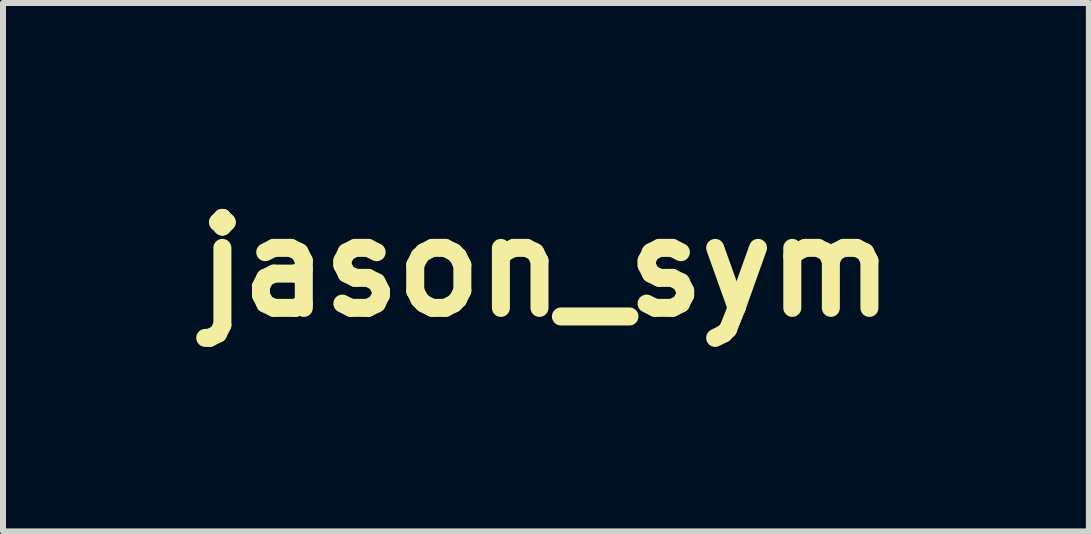
<source format=kicad_pcb>
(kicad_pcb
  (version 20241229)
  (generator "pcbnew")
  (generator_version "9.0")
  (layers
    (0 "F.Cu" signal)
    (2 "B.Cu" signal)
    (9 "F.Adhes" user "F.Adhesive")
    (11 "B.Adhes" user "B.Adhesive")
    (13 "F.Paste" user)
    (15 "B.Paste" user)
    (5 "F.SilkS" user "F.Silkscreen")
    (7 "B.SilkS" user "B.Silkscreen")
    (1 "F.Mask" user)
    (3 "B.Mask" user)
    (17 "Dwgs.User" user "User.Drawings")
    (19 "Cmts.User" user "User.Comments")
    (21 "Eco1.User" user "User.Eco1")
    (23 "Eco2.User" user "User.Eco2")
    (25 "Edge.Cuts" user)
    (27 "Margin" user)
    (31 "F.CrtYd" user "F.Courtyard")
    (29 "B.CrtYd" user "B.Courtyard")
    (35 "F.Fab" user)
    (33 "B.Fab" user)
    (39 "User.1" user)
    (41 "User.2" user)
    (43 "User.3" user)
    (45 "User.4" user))
  (footprint "jason_sym"
    (layer "F.Cu")
    (at 6.05 1.404)
    (property "Reference" "jason_sym" (at 0 0 0) (layer "F.SilkS") (effects (font (size 1.5 1.5) (thickness 0.3))))
    (attr board_only exclude_from_pos_files exclude_from_bom)
    (fp_poly (pts (xy 3.367 -1.342) (xy 3.427 -1.301) (xy 3.445 -1.227) (xy 3.436 -1.158) (xy 3.408 -1.085) (xy 3.351 -0.979) (xy 3.27 -0.85) (xy 3.171 -0.709) (xy 3.063 -0.563) (xy 2.95 -0.424) (xy 2.919 -0.388) (xy 2.843 -0.301) (xy 2.785 -0.23) (xy 2.75 -0.187) (xy 2.744 -0.177) (xy 2.772 -0.178) (xy 2.839 -0.186) (xy 2.916 -0.197) (xy 3.039 -0.23) (xy 3.13 -0.282) (xy 3.182 -0.347) (xy 3.187 -0.414) (xy 3.198 -0.46) (xy 3.257 -0.512) (xy 3.28 -0.527) (xy 3.339 -0.571) (xy 3.425 -0.646) (xy 3.526 -0.742) (xy 3.631 -0.848) (xy 3.644 -0.862) (xy 3.751 -0.971) (xy 3.843 -1.056) (xy 3.913 -1.112) (xy 3.954 -1.133) (xy 3.955 -1.133) (xy 3.994 -1.128) (xy 4.001 -1.107) (xy 3.971 -1.067) (xy 3.903 -1.001) (xy 3.855 -0.959) (xy 3.776 -0.886) (xy 3.712 -0.82) (xy 3.676 -0.775) (xy 3.676 -0.774) (xy 3.665 -0.747) (xy 3.679 -0.741) (xy 3.724 -0.756) (xy 3.807 -0.791) (xy 3.897 -0.836) (xy 4.015 -0.903) (xy 4.141 -0.981) (xy 4.284 -0.981) (xy 4.298 -0.967) (xy 4.312 -0.981) (xy 4.298 -0.995) (xy 4.284 -0.981) (xy 4.141 -0.981) (xy 4.143 -0.982) (xy 4.233 -1.042) (xy 4.363 -1.126) (xy 4.462 -1.182) (xy 4.526 -1.207) (xy 4.544 -1.207) (xy 4.582 -1.183) (xy 4.575 -1.154) (xy 4.522 -1.114) (xy 4.463 -1.081) (xy 4.394 -1.042) (xy 4.353 -1.014) (xy 4.347 -1.005) (xy 4.381 -1.004) (xy 4.444 -1.02) (xy 4.515 -1.046) (xy 4.573 -1.075) (xy 4.596 -1.095) (xy 4.636 -1.128) (xy 4.681 -1.129) (xy 4.703 -1.105) (xy 4.734 -1.091) (xy 4.813 -1.097) (xy 4.861 -1.105) (xy 4.976 -1.122) (xy 5.093 -1.132) (xy 5.137 -1.133) (xy 5.215 -1.138) (xy 5.275 -1.16) (xy 5.338 -1.208) (xy 5.381 -1.249) (xy 5.454 -1.313) (xy 5.503 -1.341) (xy 5.523 -1.334) (xy 5.509 -1.293) (xy 5.477 -1.245) (xy 5.438 -1.189) (xy 5.418 -1.155) (xy 5.417 -1.152) (xy 5.443 -1.145) (xy 5.51 -1.136) (xy 5.607 -1.127) (xy 5.637 -1.124) (xy 5.748 -1.111) (xy 5.857 -1.091) (xy 5.951 -1.066) (xy 6.02 -1.041) (xy 6.051 -1.018) (xy 6.049 -1.009) (xy 6.018 -1.008) (xy 5.943 -1.013) (xy 5.836 -1.024) (xy 5.706 -1.04) (xy 5.694 -1.042) (xy 5.351 -1.088) (xy 5.215 -0.938) (xy 5.08 -0.78) (xy 4.946 -0.61) (xy 4.825 -0.441) (xy 4.728 -0.291) (xy 4.704 -0.249) (xy 4.619 -0.064) (xy 4.544 0.151) (xy 4.488 0.373) (xy 4.458 0.576) (xy 4.457 0.587) (xy 4.444 0.71) (xy 4.424 0.781) (xy 4.396 0.803) (xy 4.357 0.779) (xy 4.339 0.76) (xy 4.319 0.705) (xy 4.307 0.605) (xy 4.302 0.471) (xy 4.304 0.311) (xy 4.306 0.29) (xy 4.392 0.29) (xy 4.458 0.097) (xy 4.503 -0.025) (xy 4.554 -0.148) (xy 4.595 -0.235) (xy 4.675 -0.373) (xy 4.78 -0.533) (xy 4.9 -0.697) (xy 5.02 -0.847) (xy 5.068 -0.902) (xy 5.132 -0.975) (xy 5.178 -1.03) (xy 5.196 -1.056) (xy 5.196 -1.056) (xy 5.179 -1.062) (xy 5.124 -1.059) (xy 5.027 -1.048) (xy 4.882 -1.027) (xy 4.832 -1.019) (xy 4.734 -1.003) (xy 4.675 -0.984) (xy 4.64 -0.955) (xy 4.614 -0.906) (xy 4.602 -0.876) (xy 4.563 -0.759) (xy 4.521 -0.604) (xy 4.482 -0.427) (xy 4.447 -0.245) (xy 4.421 -0.075) (xy 4.406 0.066) (xy 4.392 0.29) (xy 4.306 0.29) (xy 4.313 0.137) (xy 4.328 -0.042) (xy 4.347 -0.217) (xy 4.372 -0.376) (xy 4.401 -0.511) (xy 4.411 -0.546) (xy 4.416 -0.565) (xy 4.416 -0.573) (xy 4.406 -0.566) (xy 4.385 -0.537) (xy 4.347 -0.483) (xy 4.29 -0.397) (xy 4.21 -0.277) (xy 4.103 -0.115) (xy 4.085 -0.088) (xy 3.953 0.109) (xy 3.848 0.262) (xy 3.765 0.374) (xy 3.704 0.448) (xy 3.661 0.486) (xy 3.635 0.492) (xy 3.631 0.489) (xy 3.625 0.451) (xy 3.635 0.429) (xy 3.745 0.269) (xy 3.865 0.091) (xy 3.989 -0.098) (xy 4.111 -0.288) (xy 4.227 -0.469) (xy 4.329 -0.633) (xy 4.413 -0.771) (xy 4.471 -0.873) (xy 4.477 -0.883) (xy 4.497 -0.928) (xy 4.482 -0.94) (xy 4.432 -0.932) (xy 4.214 -0.866) (xy 4.021 -0.759) (xy 3.865 -0.628) (xy 3.771 -0.532) (xy 3.68 -0.434) (xy 3.608 -0.351) (xy 3.596 -0.336) (xy 3.502 -0.217) (xy 3.61 -0.235) (xy 3.698 -0.249) (xy 3.772 -0.263) (xy 3.78 -0.265) (xy 3.827 -0.265) (xy 3.842 -0.25) (xy 3.817 -0.229) (xy 3.754 -0.201) (xy 3.683 -0.179) (xy 3.586 -0.151) (xy 3.505 -0.126) (xy 3.468 -0.113) (xy 3.422 -0.076) (xy 3.373 -0.007) (xy 3.324 0.081) (xy 3.282 0.178) (xy 3.251 0.271) (xy 3.234 0.349) (xy 3.238 0.4) (xy 3.258 0.415) (xy 3.297 0.406) (xy 3.366 0.384) (xy 3.4 0.373) (xy 3.495 0.342) (xy 3.544 0.335) (xy 3.551 0.351) (xy 3.524 0.387) (xy 3.463 0.433) (xy 3.382 0.47) (xy 3.372 0.473) (xy 3.266 0.487) (xy 3.194 0.46) (xy 3.156 0.394) (xy 3.154 0.294) (xy 3.188 0.163) (xy 3.221 0.086) (xy 3.256 0.006) (xy 3.279 -0.051) (xy 3.283 -0.07) (xy 3.256 -0.064) (xy 3.194 -0.04) (xy 3.136 -0.015) (xy 3.072 0.016) (xy 3.025 0.049) (xy 2.984 0.095) (xy 2.94 0.166) (xy 2.885 0.273) (xy 2.868 0.307) (xy 2.811 0.43) (xy 2.763 0.547) (xy 2.73 0.644) (xy 2.72 0.684) (xy 2.7 0.766) (xy 2.674 0.8) (xy 2.647 0.784) (xy 2.636 0.76) (xy 2.634 0.701) (xy 2.656 0.604) (xy 2.696 0.482) (xy 2.752 0.346) (xy 2.818 0.207) (xy 2.87 0.111) (xy 2.927 0.01) (xy 2.971 -0.07) (xy 2.995 -0.116) (xy 3.123 -0.116) (xy 3.252 -0.155) (xy 3.328 -0.179) (xy 3.376 -0.196) (xy 3.385 -0.2) (xy 3.414 -0.245) (xy 3.469 -0.317) (xy 3.538 -0.404) (xy 3.611 -0.491) (xy 3.675 -0.563) (xy 3.8 -0.698) (xy 3.631 -0.613) (xy 3.458 -0.499) (xy 3.29 -0.334) (xy 3.176 -0.189) (xy 3.123 -0.116) (xy 2.995 -0.116) (xy 2.997 -0.12) (xy 3.001 -0.131) (xy 2.973 -0.13) (xy 2.906 -0.121) (xy 2.818 -0.108) (xy 2.742 -0.095) (xy 2.684 -0.079) (xy 2.633 -0.052) (xy 2.578 -0.007) (xy 2.508 0.063) (xy 2.411 0.166) (xy 2.288 0.294) (xy 2.177 0.403) (xy 2.084 0.487) (xy 2.014 0.541) (xy 1.972 0.562) (xy 1.962 0.554) (xy 1.981 0.523) (xy 2.031 0.462) (xy 2.106 0.378) (xy 2.198 0.281) (xy 2.217 0.261) (xy 2.314 0.16) (xy 2.397 0.072) (xy 2.459 0.003) (xy 2.491 -0.036) (xy 2.493 -0.039) (xy 2.493 -0.066) (xy 2.453 -0.089) (xy 2.379 -0.11) (xy 2.289 -0.141) (xy 2.215 -0.182) (xy 2.169 -0.225) (xy 2.161 -0.262) (xy 2.166 -0.268) (xy 2.2 -0.269) (xy 2.257 -0.245) (xy 2.26 -0.243) (xy 2.335 -0.211) (xy 2.432 -0.185) (xy 2.466 -0.179) (xy 2.597 -0.16) (xy 2.742 -0.319) (xy 2.916 -0.518) (xy 3.07 -0.714) (xy 3.198 -0.899) (xy 3.294 -1.063) (xy 3.354 -1.201) (xy 3.356 -1.209) (xy 3.363 -1.255) (xy 3.332 -1.27) (xy 3.305 -1.271) (xy 3.252 -1.263) (xy 3.234 -1.246) (xy 3.216 -1.216) (xy 3.167 -1.157) (xy 3.095 -1.075) (xy 3.013 -0.987) (xy 2.867 -0.841) (xy 2.732 -0.721) (xy 2.612 -0.631) (xy 2.514 -0.575) (xy 2.444 -0.559) (xy 2.434 -0.56) (xy 2.382 -0.562) (xy 2.362 -0.55) (xy 2.326 -0.527) (xy 2.285 -0.531) (xy 2.266 -0.558) (xy 2.283 -0.6) (xy 2.313 -0.64) (xy 2.445 -0.64) (xy 2.449 -0.637) (xy 2.487 -0.652) (xy 2.551 -0.69) (xy 2.587 -0.716) (xy 2.656 -0.773) (xy 2.747 -0.856) (xy 2.842 -0.949) (xy 2.874 -0.982) (xy 3.054 -1.169) (xy 2.888 -1.043) (xy 2.783 -0.961) (xy 2.68 -0.875) (xy 2.588 -0.793) (xy 2.512 -0.722) (xy 2.462 -0.668) (xy 2.445 -0.64) (xy 2.313 -0.64) (xy 2.325 -0.656) (xy 2.329 -0.66) (xy 2.334 -0.671) (xy 2.304 -0.648) (xy 2.244 -0.598) (xy 2.159 -0.523) (xy 2.15 -0.514) (xy 2 -0.373) (xy 1.833 -0.202) (xy 1.662 -0.016) (xy 1.501 0.168) (xy 1.363 0.337) (xy 1.346 0.359) (xy 1.281 0.452) (xy 1.222 0.549) (xy 1.175 0.637) (xy 1.147 0.705) (xy 1.144 0.739) (xy 1.145 0.739) (xy 1.178 0.744) (xy 1.247 0.722) (xy 1.352 0.672) (xy 1.496 0.595) (xy 1.68 0.489) (xy 1.907 0.353) (xy 2.039 0.271) (xy 2.11 0.233) (xy 2.142 0.227) (xy 2.133 0.254) (xy 2.112 0.281) (xy 2.057 0.33) (xy 1.966 0.398) (xy 1.85 0.478) (xy 1.721 0.562) (xy 1.592 0.642) (xy 1.473 0.71) (xy 1.396 0.75) (xy 1.269 0.804) (xy 1.178 0.826) (xy 1.115 0.818) (xy 1.083 0.796) (xy 1.057 0.745) (xy 1.061 0.675) (xy 1.099 0.581) (xy 1.173 0.459) (xy 1.284 0.306) (xy 1.388 0.174) (xy 1.789 -0.28) (xy 2.215 -0.685) (xy 2.667 -1.042) (xy 2.815 -1.144) (xy 2.944 -1.23) (xy 3.039 -1.289) (xy 3.11 -1.325) (xy 3.168 -1.345) (xy 3.223 -1.353) (xy 3.263 -1.354)) (stroke (width 0) (type solid)) (fill yes) (layer "F.Mask"))
    (fp_poly (pts (xy -0.97 -1.341) (xy -0.911 -1.299) (xy -0.894 -1.224) (xy -0.902 -1.163) (xy -0.907 -1.105) (xy -0.895 -1.078) (xy -0.893 -1.078) (xy -0.854 -1.062) (xy -0.814 -1.035) (xy -0.783 -1.007) (xy -0.791 -0.998) (xy -0.846 -1.004) (xy -0.857 -1.006) (xy -0.903 -1.011) (xy -0.94 -1.003) (xy -0.976 -0.975) (xy -1.022 -0.919) (xy -1.087 -0.826) (xy -1.099 -0.807) (xy -1.173 -0.701) (xy -1.245 -0.601) (xy -1.302 -0.524) (xy -1.317 -0.504) (xy -1.389 -0.415) (xy -1.252 -0.415) (xy -1.114 -0.415) (xy -1.109 -0.42) (xy -0.961 -0.42) (xy -0.96 -0.415) (xy -0.947 -0.426) (xy -0.816 -0.426) (xy -0.815 -0.419) (xy -0.78 -0.409) (xy -0.702 -0.399) (xy -0.592 -0.389) (xy -0.462 -0.38) (xy -0.325 -0.374) (xy -0.191 -0.37) (xy -0.073 -0.369) (xy -0.063 -0.369) (xy 0.054 -0.373) (xy 0.129 -0.382) (xy 0.174 -0.399) (xy 0.204 -0.427) (xy 0.205 -0.428) (xy 0.235 -0.476) (xy 0.283 -0.56) (xy 0.339 -0.665) (xy 0.374 -0.732) (xy 0.452 -0.905) (xy 0.497 -1.051) (xy 0.507 -1.164) (xy 0.483 -1.24) (xy 0.474 -1.25) (xy 0.404 -1.284) (xy 0.3 -1.283) (xy 0.171 -1.252) (xy 0.026 -1.192) (xy -0.128 -1.107) (xy -0.282 -0.999) (xy -0.324 -0.966) (xy -0.403 -0.896) (xy -0.492 -0.809) (xy -0.583 -0.714) (xy -0.668 -0.62) (xy -0.741 -0.535) (xy -0.793 -0.467) (xy -0.816 -0.426) (xy -0.947 -0.426) (xy -0.938 -0.434) (xy -0.891 -0.486) (xy -0.829 -0.558) (xy -0.827 -0.56) (xy -0.775 -0.625) (xy -0.748 -0.664) (xy -0.752 -0.669) (xy -0.755 -0.666) (xy -0.794 -0.629) (xy -0.845 -0.572) (xy -0.897 -0.51) (xy -0.939 -0.454) (xy -0.961 -0.42) (xy -1.109 -0.42) (xy -0.789 -0.76) (xy -0.677 -0.76) (xy -0.546 -0.883) (xy -0.479 -0.947) (xy -0.432 -0.995) (xy -0.415 -1.015) (xy -0.421 -1.021) (xy -0.444 -1.004) (xy -0.492 -0.957) (xy -0.554 -0.891) (xy -0.677 -0.76) (xy -0.789 -0.76) (xy -0.776 -0.774) (xy -0.648 -0.907) (xy -0.539 -1.013) (xy -0.455 -1.088) (xy -0.4 -1.128) (xy -0.385 -1.133) (xy -0.338 -1.121) (xy -0.341 -1.084) (xy -0.366 -1.052) (xy -0.365 -1.048) (xy -0.327 -1.073) (xy -0.263 -1.12) (xy -0.076 -1.244) (xy 0.097 -1.32) (xy 0.264 -1.352) (xy 0.312 -1.354) (xy 0.411 -1.35) (xy 0.476 -1.334) (xy 0.528 -1.298) (xy 0.544 -1.283) (xy 0.587 -1.232) (xy 0.604 -1.18) (xy 0.602 -1.103) (xy 0.599 -1.077) (xy 0.58 -0.974) (xy 0.549 -0.878) (xy 0.537 -0.851) (xy 0.522 -0.815) (xy 0.53 -0.809) (xy 0.564 -0.836) (xy 0.63 -0.9) (xy 0.674 -0.943) (xy 0.863 -1.118) (xy 1.03 -1.244) (xy 1.178 -1.321) (xy 1.284 -1.347) (xy 1.394 -1.343) (xy 1.475 -1.308) (xy 1.516 -1.245) (xy 1.52 -1.215) (xy 1.502 -1.133) (xy 1.452 -1.017) (xy 1.374 -0.874) (xy 1.273 -0.711) (xy 1.155 -0.535) (xy 1.025 -0.353) (xy 0.887 -0.173) (xy 0.746 0.000389) (xy 0.608 0.159) (xy 0.477 0.295) (xy 0.359 0.403) (xy 0.338 0.421) (xy 0.214 0.505) (xy 0.114 0.542) (xy 0.034 0.533) (xy -0.002 0.51) (xy -0.041 0.441) (xy -0.045 0.411) (xy 0.029 0.411) (xy 0.045 0.45) (xy 0.084 0.452) (xy 0.152 0.42) (xy 0.242 0.36) (xy 0.344 0.278) (xy 0.437 0.19) (xy 0.571 0.05) (xy 0.71 -0.108) (xy 0.849 -0.278) (xy 0.983 -0.453) (xy 1.108 -0.626) (xy 1.219 -0.791) (xy 1.311 -0.94) (xy 1.38 -1.068) (xy 1.422 -1.167) (xy 1.431 -1.229) (xy 1.415 -1.267) (xy 1.37 -1.282) (xy 1.321 -1.282) (xy 1.214 -1.257) (xy 1.082 -1.188) (xy 0.933 -1.08) (xy 0.829 -0.99) (xy 0.772 -0.936) (xy 0.752 -0.913) (xy 0.77 -0.921) (xy 0.827 -0.96) (xy 0.925 -1.033) (xy 1.011 -1.098) (xy 1.119 -1.174) (xy 1.208 -1.225) (xy 1.27 -1.247) (xy 1.298 -1.238) (xy 1.299 -1.231) (xy 1.278 -1.21) (xy 1.224 -1.169) (xy 1.168 -1.128) (xy 1.03 -1.022) (xy 0.873 -0.882) (xy 0.709 -0.72) (xy 0.55 -0.549) (xy 0.406 -0.38) (xy 0.291 -0.227) (xy 0.264 -0.187) (xy 0.215 -0.111) (xy 0.369 -0.179) (xy 0.468 -0.218) (xy 0.521 -0.23) (xy 0.531 -0.219) (xy 0.497 -0.188) (xy 0.42 -0.142) (xy 0.354 -0.108) (xy 0.251 -0.056) (xy 0.184 -0.012) (xy 0.139 0.038) (xy 0.101 0.106) (xy 0.093 0.124) (xy 0.053 0.231) (xy 0.031 0.331) (xy 0.029 0.411) (xy -0.045 0.411) (xy -0.055 0.342) (xy -0.043 0.231) (xy -0.027 0.178) (xy -0.01 0.12) (xy -0.011 0.09) (xy -0.035 0.103) (xy -0.09 0.149) (xy -0.17 0.219) (xy -0.268 0.308) (xy -0.299 0.338) (xy -0.474 0.498) (xy -0.625 0.623) (xy -0.748 0.711) (xy -0.843 0.763) (xy -0.907 0.775) (xy -0.937 0.748) (xy -0.94 0.727) (xy -0.918 0.678) (xy -0.859 0.606) (xy -0.739 0.606) (xy -0.736 0.608) (xy -0.71 0.589) (xy -0.705 0.58) (xy -0.698 0.555) (xy -0.702 0.553) (xy -0.727 0.572) (xy -0.732 0.58) (xy -0.739 0.606) (xy -0.859 0.606) (xy -0.858 0.605) (xy -0.804 0.552) (xy -0.66 0.552) (xy -0.659 0.553) (xy -0.633 0.535) (xy -0.587 0.49) (xy -0.58 0.484) (xy -0.541 0.438) (xy -0.528 0.415) (xy -0.529 0.415) (xy -0.556 0.433) (xy -0.602 0.477) (xy -0.608 0.484) (xy -0.647 0.529) (xy -0.66 0.552) (xy -0.804 0.552) (xy -0.769 0.517) (xy -0.657 0.421) (xy -0.596 0.373) (xy -0.47 0.373) (xy -0.456 0.387) (xy -0.442 0.373) (xy -0.456 0.359) (xy -0.47 0.373) (xy -0.596 0.373) (xy -0.531 0.323) (xy -0.403 0.234) (xy -0.182 0.066) (xy -0.075 -0.046) (xy 0.033 -0.046) (xy 0.033 -0.028) (xy 0.038 -0.028) (xy 0.061 -0.047) (xy 0.086 -0.076) (xy 0.11 -0.109) (xy 0.096 -0.102) (xy 0.076 -0.086) (xy 0.033 -0.046) (xy -0.075 -0.046) (xy -0.033 -0.09) (xy 0.039 -0.18) (xy 0.138 -0.18) (xy 0.152 -0.166) (xy 0.166 -0.18) (xy 0.152 -0.193) (xy 0.138 -0.18) (xy 0.039 -0.18) (xy 0.105 -0.263) (xy -0.203 -0.281) (xy -0.353 -0.29) (xy -0.507 -0.3) (xy -0.642 -0.31) (xy -0.705 -0.316) (xy -0.898 -0.333) (xy -1.043 -0.104) (xy -1.109 0.006) (xy -1.167 0.109) (xy -1.207 0.188) (xy -1.218 0.215) (xy -1.25 0.273) (xy -1.287 0.302) (xy -1.317 0.297) (xy -1.327 0.261) (xy -1.311 0.202) (xy -1.268 0.106) (xy -1.202 -0.016) (xy -1.118 -0.155) (xy -1.114 -0.162) (xy -1.067 -0.24) (xy -1.038 -0.299) (xy -1.032 -0.323) (xy -1.056 -0.311) (xy -1.102 -0.262) (xy -1.164 -0.185) (xy -1.233 -0.09) (xy -1.304 0.014) (xy -1.369 0.117) (xy -1.379 0.135) (xy -1.498 0.356) (xy -1.579 0.542) (xy -1.62 0.692) (xy -1.621 0.695) (xy -1.641 0.771) (xy -1.667 0.8) (xy -1.695 0.78) (xy -1.703 0.76) (xy -1.705 0.701) (xy -1.683 0.604) (xy -1.643 0.482) (xy -1.588 0.346) (xy -1.522 0.207) (xy -1.469 0.111) (xy -1.412 0.01) (xy -1.368 -0.07) (xy -1.343 -0.12) (xy -1.339 -0.131) (xy -1.366 -0.13) (xy -1.434 -0.121) (xy -1.522 -0.108) (xy -1.597 -0.095) (xy -1.655 -0.079) (xy -1.706 -0.052) (xy -1.761 -0.007) (xy -1.832 0.063) (xy -1.928 0.166) (xy -2.052 0.294) (xy -2.162 0.403) (xy -2.255 0.487) (xy -2.325 0.541) (xy -2.367 0.562) (xy -2.377 0.554) (xy -2.359 0.523) (xy -2.308 0.462) (xy -2.234 0.378) (xy -2.141 0.281) (xy -2.122 0.261) (xy -2.025 0.16) (xy -1.942 0.072) (xy -1.88 0.003) (xy -1.848 -0.036) (xy -1.846 -0.039) (xy -1.846 -0.066) (xy -1.887 -0.089) (xy -1.96 -0.11) (xy -2.05 -0.141) (xy -2.124 -0.182) (xy -2.17 -0.225) (xy -2.178 -0.262) (xy -2.173 -0.268) (xy -2.139 -0.269) (xy -2.082 -0.245) (xy -2.079 -0.243) (xy -2.004 -0.211) (xy -1.908 -0.185) (xy -1.873 -0.179) (xy -1.743 -0.16) (xy -1.739 -0.164) (xy -1.606 -0.164) (xy -1.542 -0.177) (xy -1.473 -0.19) (xy -1.384 -0.206) (xy -1.368 -0.208) (xy -1.263 -0.233) (xy -1.204 -0.264) (xy -1.191 -0.295) (xy -1.226 -0.319) (xy -1.311 -0.331) (xy -1.335 -0.332) (xy -1.425 -0.328) (xy -1.481 -0.312) (xy -1.524 -0.274) (xy -1.544 -0.248) (xy -1.606 -0.164) (xy -1.739 -0.164) (xy -1.597 -0.318) (xy -1.51 -0.417) (xy -1.416 -0.53) (xy -1.322 -0.649) (xy -1.235 -0.765) (xy -1.161 -0.868) (xy -1.107 -0.95) (xy -1.08 -1.001) (xy -1.078 -1.01) (xy -1.103 -1.041) (xy -1.169 -1.05) (xy -1.225 -1.042) (xy -1.282 -1.013) (xy -1.353 -0.954) (xy -1.411 -0.897) (xy -1.535 -0.779) (xy -1.656 -0.681) (xy -1.764 -0.608) (xy -1.851 -0.567) (xy -1.906 -0.56) (xy -1.958 -0.562) (xy -1.978 -0.55) (xy -2.013 -0.527) (xy -2.055 -0.531) (xy -2.073 -0.558) (xy -2.056 -0.6) (xy -2.02 -0.648) (xy -1.907 -0.648) (xy -1.888 -0.636) (xy -1.832 -0.661) (xy -1.752 -0.715) (xy -1.684 -0.77) (xy -1.607 -0.84) (xy -1.531 -0.913) (xy -1.464 -0.983) (xy -1.415 -1.039) (xy -1.394 -1.072) (xy -1.397 -1.078) (xy -1.426 -1.061) (xy -1.485 -1.017) (xy -1.565 -0.953) (xy -1.654 -0.879) (xy -1.743 -0.803) (xy -1.822 -0.733) (xy -1.88 -0.68) (xy -1.906 -0.65) (xy -1.907 -0.648) (xy -2.02 -0.648) (xy -2.014 -0.656) (xy -2.011 -0.66) (xy -2.005 -0.671) (xy -2.035 -0.648) (xy -2.095 -0.598) (xy -2.18 -0.523) (xy -2.19 -0.514) (xy -2.339 -0.373) (xy -2.506 -0.202) (xy -2.677 -0.016) (xy -2.839 0.168) (xy -2.976 0.337) (xy -2.993 0.359) (xy -3.058 0.452) (xy -3.118 0.549) (xy -3.165 0.637) (xy -3.192 0.705) (xy -3.195 0.739) (xy -3.194 0.739) (xy -3.161 0.744) (xy -3.093 0.722) (xy -2.987 0.672) (xy -2.844 0.595) (xy -2.659 0.489) (xy -2.432 0.353) (xy -2.3 0.271) (xy -2.229 0.233) (xy -2.197 0.227) (xy -2.206 0.254) (xy -2.228 0.281) (xy -2.295 0.343) (xy -2.397 0.419) (xy -2.522 0.503) (xy -2.66 0.588) (xy -2.8 0.669) (xy -2.933 0.739) (xy -3.048 0.793) (xy -3.134 0.824) (xy -3.166 0.829) (xy -3.241 0.806) (xy -3.284 0.745) (xy -3.289 0.709) (xy -3.269 0.633) (xy -3.212 0.527) (xy -3.123 0.395) (xy -3.007 0.243) (xy -2.869 0.077) (xy -2.714 -0.099) (xy -2.546 -0.278) (xy -2.371 -0.455) (xy -2.193 -0.624) (xy -2.018 -0.781) (xy -1.85 -0.92) (xy -1.741 -1.003) (xy -1.706 -1.029) (xy -1.701 -1.043) (xy -1.732 -1.046) (xy -1.808 -1.041) (xy -1.852 -1.037) (xy -2.031 -1.013) (xy -2.236 -0.972) (xy -2.442 -0.919) (xy -2.624 -0.86) (xy -2.631 -0.858) (xy -2.754 -0.793) (xy -2.893 -0.689) (xy -3.041 -0.552) (xy -3.186 -0.392) (xy -3.231 -0.336) (xy -3.324 -0.217) (xy -3.217 -0.235) (xy -3.129 -0.249) (xy -3.055 -0.263) (xy -3.047 -0.265) (xy -2.999 -0.265) (xy -2.985 -0.25) (xy -3.009 -0.229) (xy -3.073 -0.201) (xy -3.144 -0.179) (xy -3.24 -0.151) (xy -3.322 -0.126) (xy -3.359 -0.113) (xy -3.405 -0.076) (xy -3.454 -0.007) (xy -3.502 0.081) (xy -3.545 0.178) (xy -3.576 0.271) (xy -3.593 0.349) (xy -3.589 0.4) (xy -3.569 0.415) (xy -3.53 0.406) (xy -3.46 0.384) (xy -3.427 0.373) (xy -3.332 0.342) (xy -3.283 0.335) (xy -3.276 0.351) (xy -3.303 0.387) (xy -3.364 0.433) (xy -3.445 0.47) (xy -3.455 0.473) (xy -3.56 0.487) (xy -3.633 0.46) (xy -3.671 0.394) (xy -3.673 0.294) (xy -3.639 0.163) (xy -3.607 0.087) (xy -3.57 0.006) (xy -3.545 -0.051) (xy -3.538 -0.071) (xy -3.555 -0.077) (xy -3.599 -0.053) (xy -3.656 -0.009) (xy -3.715 0.046) (xy -3.745 0.081) (xy -3.804 0.154) (xy -3.886 0.255) (xy -3.987 0.376) (xy -4.1 0.512) (xy -4.221 0.656) (xy -4.343 0.802) (xy -4.463 0.944) (xy -4.573 1.075) (xy -4.67 1.188) (xy -4.747 1.278) (xy -4.8 1.338) (xy -4.822 1.361) (xy -4.869 1.381) (xy -4.892 1.362) (xy -4.892 1.356) (xy -4.892 1.349) (xy -4.889 1.339) (xy -4.881 1.324) (xy -4.863 1.298) (xy -4.831 1.258) (xy -4.784 1.199) (xy -4.716 1.117) (xy -4.625 1.007) (xy -4.508 0.865) (xy -4.36 0.687) (xy -4.287 0.599) (xy -4.161 0.447) (xy -4.049 0.309) (xy -3.955 0.191) (xy -3.883 0.098) (xy -3.838 0.035) (xy -3.823 0.01) (xy -3.823 0.009) (xy -3.847 0.022) (xy -3.901 0.069) (xy -3.978 0.141) (xy -4.07 0.232) (xy -4.085 0.248) (xy -4.188 0.352) (xy -4.262 0.423) (xy -4.315 0.466) (xy -4.358 0.488) (xy -4.398 0.494) (xy -4.44 0.492) (xy -4.547 0.484) (xy -4.545 0.359) (xy -4.537 0.29) (xy -4.513 0.203) (xy -4.47 0.094) (xy -4.407 -0.044) (xy -4.321 -0.216) (xy -4.209 -0.427) (xy -4.155 -0.525) (xy -4.089 -0.651) (xy -4.053 -0.731) (xy -4.047 -0.765) (xy -4.068 -0.754) (xy -4.117 -0.696) (xy -4.192 -0.592) (xy -4.235 -0.53) (xy -4.311 -0.424) (xy -4.364 -0.365) (xy -4.397 -0.352) (xy -4.401 -0.355) (xy -4.405 -0.395) (xy -4.377 -0.464) (xy -4.325 -0.552) (xy -4.256 -0.65) (xy -4.178 -0.747) (xy -4.099 -0.833) (xy -4.025 -0.899) (xy -3.965 -0.936) (xy -3.946 -0.94) (xy -3.906 -0.932) (xy -3.888 -0.906) (xy -3.892 -0.856) (xy -3.92 -0.777) (xy -3.974 -0.664) (xy -4.054 -0.511) (xy -4.096 -0.435) (xy -4.235 -0.178) (xy -4.343 0.034) (xy -4.42 0.201) (xy -4.467 0.324) (xy -4.482 0.403) (xy -4.468 0.44) (xy -4.455 0.442) (xy -4.407 0.422) (xy -4.331 0.365) (xy -4.234 0.277) (xy -4.123 0.164) (xy -4.085 0.123) (xy -3.941 -0.035) (xy -3.856 -0.131) (xy -3.73 -0.131) (xy -3.719 -0.11) (xy -3.68 -0.135) (xy -3.651 -0.167) (xy -3.52 -0.167) (xy -3.518 -0.166) (xy -3.477 -0.181) (xy -3.469 -0.187) (xy -3.437 -0.22) (xy -3.387 -0.281) (xy -3.359 -0.318) (xy -3.294 -0.4) (xy -3.212 -0.497) (xy -3.152 -0.566) (xy -3.093 -0.634) (xy -3.072 -0.666) (xy -3.091 -0.662) (xy -3.096 -0.659) (xy -3.136 -0.625) (xy -3.196 -0.564) (xy -3.268 -0.486) (xy -3.344 -0.4) (xy -3.415 -0.316) (xy -3.473 -0.243) (xy -3.511 -0.19) (xy -3.52 -0.167) (xy -3.651 -0.167) (xy -3.614 -0.208) (xy -3.565 -0.267) (xy -3.482 -0.374) (xy -3.435 -0.44) (xy -3.423 -0.465) (xy -3.446 -0.449) (xy -3.505 -0.39) (xy -3.561 -0.332) (xy -3.636 -0.249) (xy -3.694 -0.182) (xy -3.726 -0.139) (xy -3.73 -0.131) (xy -3.856 -0.131) (xy -3.832 -0.158) (xy -3.752 -0.251) (xy -3.698 -0.319) (xy -3.665 -0.367) (xy -3.65 -0.4) (xy -3.648 -0.415) (xy -3.626 -0.461) (xy -3.572 -0.512) (xy -3.554 -0.523) (xy -3.497 -0.567) (xy -3.414 -0.639) (xy -3.317 -0.731) (xy -3.232 -0.816) (xy -3.139 -0.908) (xy -3.059 -0.982) (xy -2.998 -1.033) (xy -2.968 -1.05) (xy -2.923 -1.032) (xy -2.919 -0.981) (xy -2.957 -0.899) (xy -2.958 -0.898) (xy -2.988 -0.844) (xy -2.996 -0.813) (xy -2.978 -0.807) (xy -2.93 -0.827) (xy -2.849 -0.875) (xy -2.729 -0.952) (xy -2.686 -0.981) (xy -2.543 -0.981) (xy -2.529 -0.967) (xy -2.515 -0.981) (xy -2.529 -0.995) (xy -2.543 -0.981) (xy -2.686 -0.981) (xy -2.593 -1.043) (xy -2.464 -1.126) (xy -2.365 -1.182) (xy -2.301 -1.207) (xy -2.282 -1.207) (xy -2.245 -1.183) (xy -2.251 -1.154) (xy -2.304 -1.114) (xy -2.364 -1.081) (xy -2.433 -1.042) (xy -2.475 -1.016) (xy -2.481 -1.008) (xy -2.453 -1.011) (xy -2.381 -1.023) (xy -2.277 -1.043) (xy -2.156 -1.067) (xy -2.013 -1.094) (xy -1.874 -1.115) (xy -1.757 -1.129) (xy -1.692 -1.133) (xy -1.603 -1.138) (xy -1.57 -1.147) (xy -1.327 -1.147) (xy -1.313 -1.133) (xy -1.299 -1.147) (xy -1.313 -1.161) (xy -1.327 -1.147) (xy -1.57 -1.147) (xy -1.527 -1.159) (xy -1.517 -1.164) (xy -1.166 -1.164) (xy -1.163 -1.141) (xy -1.138 -1.128) (xy -1.064 -1.11) (xy -1.018 -1.132) (xy -0.994 -1.176) (xy -0.972 -1.239) (xy -0.976 -1.265) (xy -1.008 -1.271) (xy -1.025 -1.271) (xy -1.084 -1.251) (xy -1.133 -1.209) (xy -1.166 -1.164) (xy -1.517 -1.164) (xy -1.442 -1.202) (xy -1.375 -1.244) (xy -1.271 -1.306) (xy -1.189 -1.34) (xy -1.109 -1.353) (xy -1.073 -1.354)) (stroke (width 0) (type solid)) (fill yes) (layer "F.Mask")))
  (gr_rect
    (start -3 -3)
    (end 15.101 5.808)
    (stroke (width 0.1) (type default))
    (fill no)
    (layer "Edge.Cuts")))
</source>
